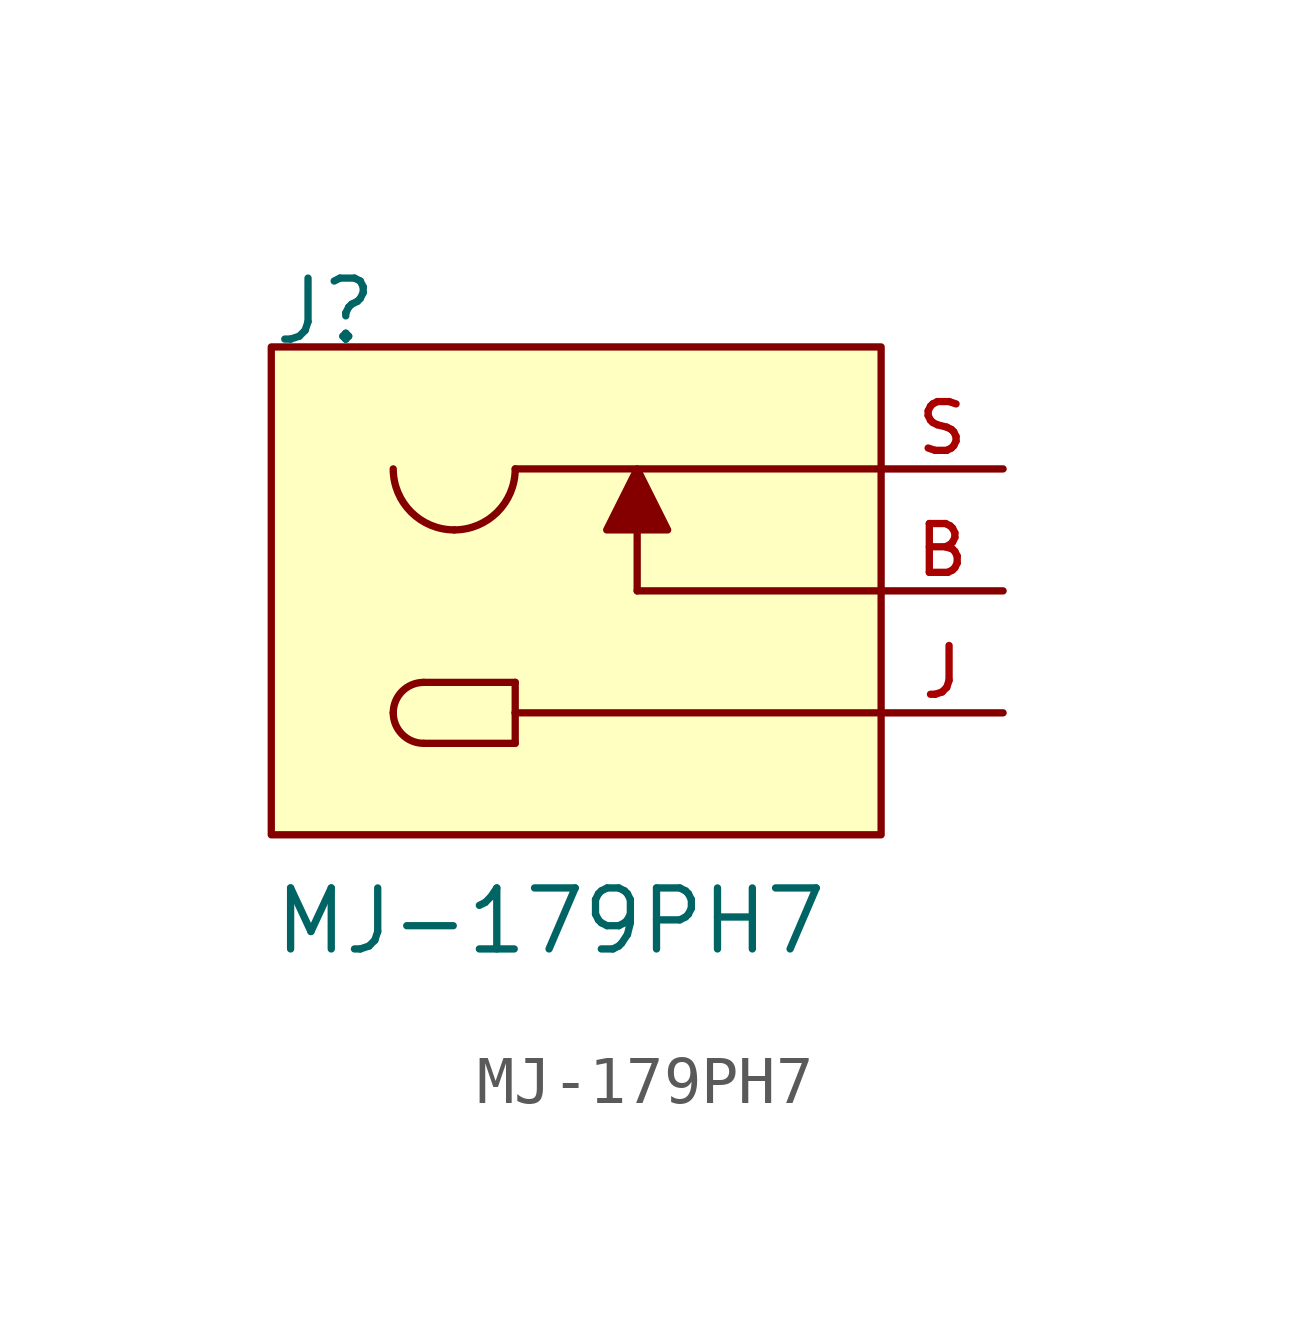
<source format=kicad_sym>
(kicad_symbol_lib
  (version 20211014)
  (generator kicad_symbol_editor)
  (symbol "MJ-179PH7"
    (pin_names
      (offset 1.016))
    (property "Reference" "J"
      (at -7.62 5.08 0)
      (effects (font (size 1.27 1.27)) (justify bottom left)))
    (property "Value" "MJ-179PH7"
      (at -7.62 -7.62 0)
      (effects (font (size 1.27 1.27)) (justify bottom left)))
    (symbol "MJ-179PH7_0_0"
      (polyline (pts (xy 0.0 2.54) (xy -0.635 1.27) (xy 0.635 1.27) (xy 0.0 2.54)) (stroke (width 0.152)) (fill (type outline)))
      (polyline (pts (xy 0.0 1.27) (xy 0.0 0.0)) (stroke (width 0.152)))
      (polyline (pts (xy 0.0 0.0) (xy 5.08 0.0)) (stroke (width 0.152)))
      (polyline (pts (xy 5.08 2.54) (xy -2.54 2.54)) (stroke (width 0.152)))
      (arc (start -3.81 1.27) (mid -2.912 1.642) (end -2.54 2.54) (stroke (width 0.1524) (type default) (color 0 0 0 0)) (fill (type none)))
      (arc (start -5.08 2.54) (mid -4.708 1.642) (end -3.81 1.27) (stroke (width 0.1524) (type default) (color 0 0 0 0)) (fill (type none)))
      (polyline (pts (xy -2.54 -1.905) (xy -2.54 -2.54)) (stroke (width 0.152)))
      (polyline (pts (xy -2.54 -2.54) (xy -2.54 -3.175)) (stroke (width 0.152)))
      (polyline (pts (xy 5.08 -2.54) (xy -2.54 -2.54)) (stroke (width 0.152)))
      (polyline (pts (xy -2.54 -1.905) (xy -4.445 -1.905)) (stroke (width 0.152)))
      (arc (start -5.08 -2.54) (mid -4.894 -2.091) (end -4.445 -1.905) (stroke (width 0.1524) (type default) (color 0 0 0 0)) (fill (type none)))
      (arc (start -4.445 -3.175) (mid -4.894 -2.989) (end -5.08 -2.54) (stroke (width 0.1524) (type default) (color 0 0 0 0)) (fill (type none)))
      (polyline (pts (xy -4.445 -3.175) (xy -2.54 -3.175)) (stroke (width 0.152)))
      (rectangle (start -7.62 -5.08) (end 5.08 5.08) (stroke (width 0.152)) (fill (type background)))
      (pin passive line (at 7.62 2.54 180.0) (length 2.54) (name "~" (effects (font (size 1.016 1.016)))) (number "S" (effects (font (size 1.016 1.016)))))
      (pin passive line (at 7.62 0.0 180.0) (length 2.54) (name "~" (effects (font (size 1.016 1.016)))) (number "B" (effects (font (size 1.016 1.016)))))
      (pin passive line (at 7.62 -2.54 180.0) (length 2.54) (name "~" (effects (font (size 1.016 1.016)))) (number "J" (effects (font (size 1.016 1.016))))))))
</source>
